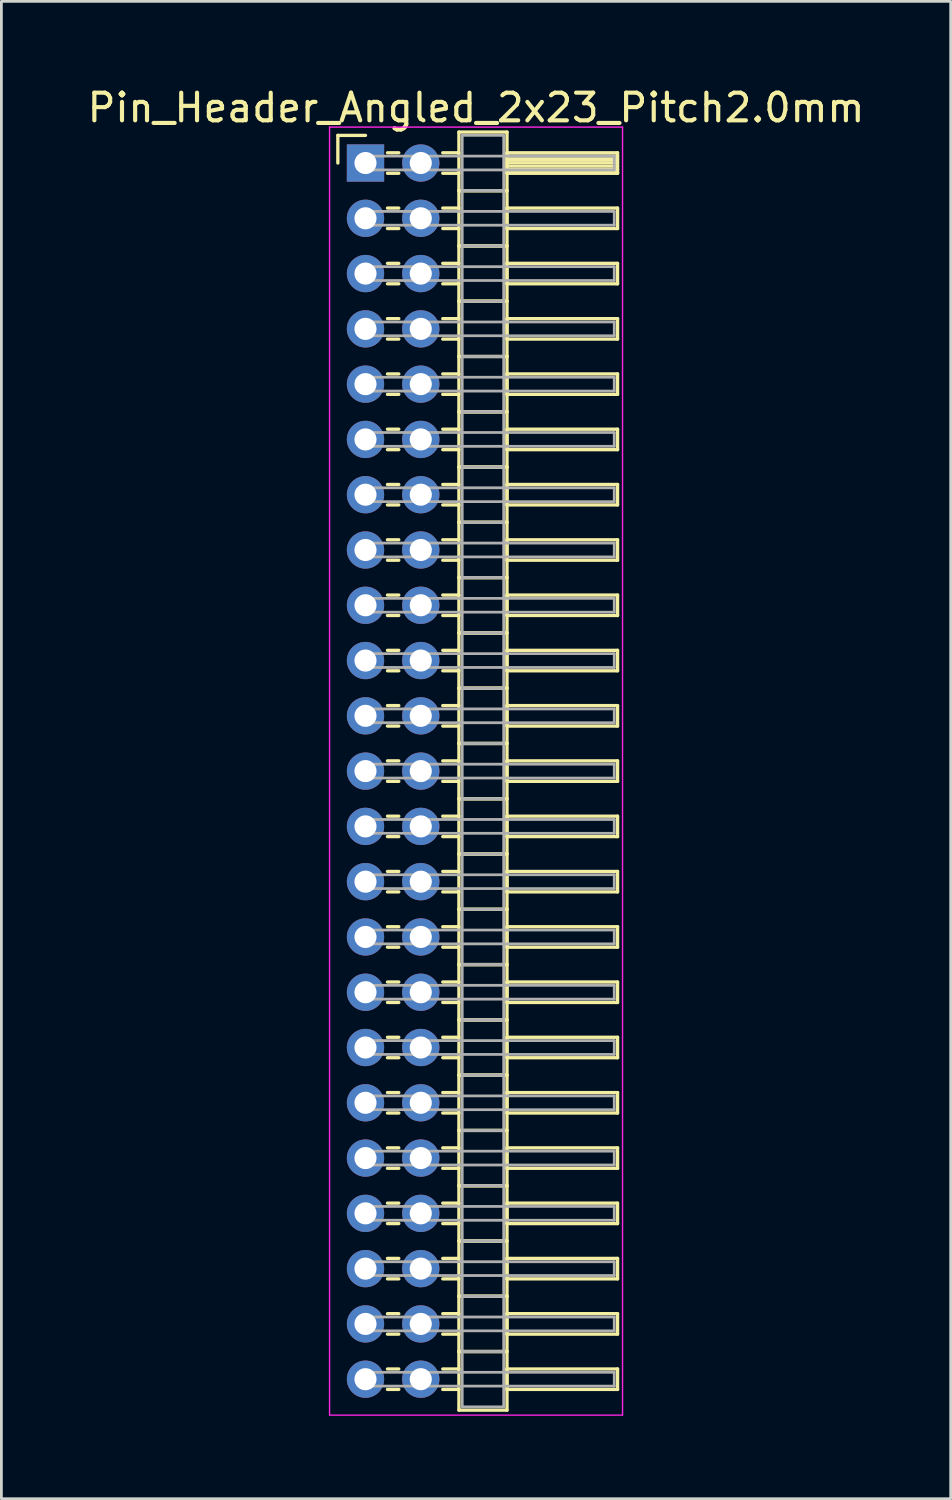
<source format=kicad_pcb>
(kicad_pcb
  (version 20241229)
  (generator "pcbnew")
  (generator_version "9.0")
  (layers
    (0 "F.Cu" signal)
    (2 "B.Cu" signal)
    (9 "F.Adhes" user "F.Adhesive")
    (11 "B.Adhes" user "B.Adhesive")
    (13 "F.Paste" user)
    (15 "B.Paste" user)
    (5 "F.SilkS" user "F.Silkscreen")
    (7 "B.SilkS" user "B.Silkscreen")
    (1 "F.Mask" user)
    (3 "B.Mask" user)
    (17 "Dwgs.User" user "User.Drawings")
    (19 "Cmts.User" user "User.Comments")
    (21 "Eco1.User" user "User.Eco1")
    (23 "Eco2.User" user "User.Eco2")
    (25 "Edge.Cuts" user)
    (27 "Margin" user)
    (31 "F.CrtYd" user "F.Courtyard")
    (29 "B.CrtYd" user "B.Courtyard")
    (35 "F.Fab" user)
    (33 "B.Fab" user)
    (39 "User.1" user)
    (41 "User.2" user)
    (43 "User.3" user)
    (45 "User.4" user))
  (footprint "Pin_Header_Angled_2x23_Pitch2.0mm"
    (layer "F.Cu")
    (at 10.173 2.848)
    (property "Reference" "Pin_Header_Angled_2x23_Pitch2.0mm" (at 4 -2 0) (layer "F.SilkS") (effects (font (size 1 1) (thickness 0.15))))
    (attr through_hole)
    (fp_line (start -1 -1) (end 0 -1) (stroke (width 0.12) (type solid)) (layer "F.SilkS"))
    (fp_line (start -1 0) (end -1 -1) (stroke (width 0.12) (type solid)) (layer "F.SilkS"))
    (fp_line (start 0.795 -0.37) (end 1.205 -0.37) (stroke (width 0.12) (type solid)) (layer "F.SilkS"))
    (fp_line (start 0.795 0.37) (end 1.205 0.37) (stroke (width 0.12) (type solid)) (layer "F.SilkS"))
    (fp_line (start 0.795 1.63) (end 1.205 1.63) (stroke (width 0.12) (type solid)) (layer "F.SilkS"))
    (fp_line (start 0.795 2.37) (end 1.205 2.37) (stroke (width 0.12) (type solid)) (layer "F.SilkS"))
    (fp_line (start 0.795 3.63) (end 1.205 3.63) (stroke (width 0.12) (type solid)) (layer "F.SilkS"))
    (fp_line (start 0.795 4.37) (end 1.205 4.37) (stroke (width 0.12) (type solid)) (layer "F.SilkS"))
    (fp_line (start 0.795 5.63) (end 1.205 5.63) (stroke (width 0.12) (type solid)) (layer "F.SilkS"))
    (fp_line (start 0.795 6.37) (end 1.205 6.37) (stroke (width 0.12) (type solid)) (layer "F.SilkS"))
    (fp_line (start 0.795 7.63) (end 1.205 7.63) (stroke (width 0.12) (type solid)) (layer "F.SilkS"))
    (fp_line (start 0.795 8.37) (end 1.205 8.37) (stroke (width 0.12) (type solid)) (layer "F.SilkS"))
    (fp_line (start 0.795 9.63) (end 1.205 9.63) (stroke (width 0.12) (type solid)) (layer "F.SilkS"))
    (fp_line (start 0.795 10.37) (end 1.205 10.37) (stroke (width 0.12) (type solid)) (layer "F.SilkS"))
    (fp_line (start 0.795 11.63) (end 1.205 11.63) (stroke (width 0.12) (type solid)) (layer "F.SilkS"))
    (fp_line (start 0.795 12.37) (end 1.205 12.37) (stroke (width 0.12) (type solid)) (layer "F.SilkS"))
    (fp_line (start 0.795 13.63) (end 1.205 13.63) (stroke (width 0.12) (type solid)) (layer "F.SilkS"))
    (fp_line (start 0.795 14.37) (end 1.205 14.37) (stroke (width 0.12) (type solid)) (layer "F.SilkS"))
    (fp_line (start 0.795 15.63) (end 1.205 15.63) (stroke (width 0.12) (type solid)) (layer "F.SilkS"))
    (fp_line (start 0.795 16.37) (end 1.205 16.37) (stroke (width 0.12) (type solid)) (layer "F.SilkS"))
    (fp_line (start 0.795 17.63) (end 1.205 17.63) (stroke (width 0.12) (type solid)) (layer "F.SilkS"))
    (fp_line (start 0.795 18.37) (end 1.205 18.37) (stroke (width 0.12) (type solid)) (layer "F.SilkS"))
    (fp_line (start 0.795 19.63) (end 1.205 19.63) (stroke (width 0.12) (type solid)) (layer "F.SilkS"))
    (fp_line (start 0.795 20.37) (end 1.205 20.37) (stroke (width 0.12) (type solid)) (layer "F.SilkS"))
    (fp_line (start 0.795 21.63) (end 1.205 21.63) (stroke (width 0.12) (type solid)) (layer "F.SilkS"))
    (fp_line (start 0.795 22.37) (end 1.205 22.37) (stroke (width 0.12) (type solid)) (layer "F.SilkS"))
    (fp_line (start 0.795 23.63) (end 1.205 23.63) (stroke (width 0.12) (type solid)) (layer "F.SilkS"))
    (fp_line (start 0.795 24.37) (end 1.205 24.37) (stroke (width 0.12) (type solid)) (layer "F.SilkS"))
    (fp_line (start 0.795 25.63) (end 1.205 25.63) (stroke (width 0.12) (type solid)) (layer "F.SilkS"))
    (fp_line (start 0.795 26.37) (end 1.205 26.37) (stroke (width 0.12) (type solid)) (layer "F.SilkS"))
    (fp_line (start 0.795 27.63) (end 1.205 27.63) (stroke (width 0.12) (type solid)) (layer "F.SilkS"))
    (fp_line (start 0.795 28.37) (end 1.205 28.37) (stroke (width 0.12) (type solid)) (layer "F.SilkS"))
    (fp_line (start 0.795 29.63) (end 1.205 29.63) (stroke (width 0.12) (type solid)) (layer "F.SilkS"))
    (fp_line (start 0.795 30.37) (end 1.205 30.37) (stroke (width 0.12) (type solid)) (layer "F.SilkS"))
    (fp_line (start 0.795 31.63) (end 1.205 31.63) (stroke (width 0.12) (type solid)) (layer "F.SilkS"))
    (fp_line (start 0.795 32.37) (end 1.205 32.37) (stroke (width 0.12) (type solid)) (layer "F.SilkS"))
    (fp_line (start 0.795 33.63) (end 1.205 33.63) (stroke (width 0.12) (type solid)) (layer "F.SilkS"))
    (fp_line (start 0.795 34.37) (end 1.205 34.37) (stroke (width 0.12) (type solid)) (layer "F.SilkS"))
    (fp_line (start 0.795 35.63) (end 1.205 35.63) (stroke (width 0.12) (type solid)) (layer "F.SilkS"))
    (fp_line (start 0.795 36.37) (end 1.205 36.37) (stroke (width 0.12) (type solid)) (layer "F.SilkS"))
    (fp_line (start 0.795 37.63) (end 1.205 37.63) (stroke (width 0.12) (type solid)) (layer "F.SilkS"))
    (fp_line (start 0.795 38.37) (end 1.205 38.37) (stroke (width 0.12) (type solid)) (layer "F.SilkS"))
    (fp_line (start 0.795 39.63) (end 1.205 39.63) (stroke (width 0.12) (type solid)) (layer "F.SilkS"))
    (fp_line (start 0.795 40.37) (end 1.205 40.37) (stroke (width 0.12) (type solid)) (layer "F.SilkS"))
    (fp_line (start 0.795 41.63) (end 1.205 41.63) (stroke (width 0.12) (type solid)) (layer "F.SilkS"))
    (fp_line (start 0.795 42.37) (end 1.205 42.37) (stroke (width 0.12) (type solid)) (layer "F.SilkS"))
    (fp_line (start 0.795 43.63) (end 1.205 43.63) (stroke (width 0.12) (type solid)) (layer "F.SilkS"))
    (fp_line (start 0.795 44.37) (end 1.205 44.37) (stroke (width 0.12) (type solid)) (layer "F.SilkS"))
    (fp_line (start 2.795 -0.37) (end 3.38 -0.37) (stroke (width 0.12) (type solid)) (layer "F.SilkS"))
    (fp_line (start 2.795 0.37) (end 3.38 0.37) (stroke (width 0.12) (type solid)) (layer "F.SilkS"))
    (fp_line (start 2.795 1.63) (end 3.38 1.63) (stroke (width 0.12) (type solid)) (layer "F.SilkS"))
    (fp_line (start 2.795 2.37) (end 3.38 2.37) (stroke (width 0.12) (type solid)) (layer "F.SilkS"))
    (fp_line (start 2.795 3.63) (end 3.38 3.63) (stroke (width 0.12) (type solid)) (layer "F.SilkS"))
    (fp_line (start 2.795 4.37) (end 3.38 4.37) (stroke (width 0.12) (type solid)) (layer "F.SilkS"))
    (fp_line (start 2.795 5.63) (end 3.38 5.63) (stroke (width 0.12) (type solid)) (layer "F.SilkS"))
    (fp_line (start 2.795 6.37) (end 3.38 6.37) (stroke (width 0.12) (type solid)) (layer "F.SilkS"))
    (fp_line (start 2.795 7.63) (end 3.38 7.63) (stroke (width 0.12) (type solid)) (layer "F.SilkS"))
    (fp_line (start 2.795 8.37) (end 3.38 8.37) (stroke (width 0.12) (type solid)) (layer "F.SilkS"))
    (fp_line (start 2.795 9.63) (end 3.38 9.63) (stroke (width 0.12) (type solid)) (layer "F.SilkS"))
    (fp_line (start 2.795 10.37) (end 3.38 10.37) (stroke (width 0.12) (type solid)) (layer "F.SilkS"))
    (fp_line (start 2.795 11.63) (end 3.38 11.63) (stroke (width 0.12) (type solid)) (layer "F.SilkS"))
    (fp_line (start 2.795 12.37) (end 3.38 12.37) (stroke (width 0.12) (type solid)) (layer "F.SilkS"))
    (fp_line (start 2.795 13.63) (end 3.38 13.63) (stroke (width 0.12) (type solid)) (layer "F.SilkS"))
    (fp_line (start 2.795 14.37) (end 3.38 14.37) (stroke (width 0.12) (type solid)) (layer "F.SilkS"))
    (fp_line (start 2.795 15.63) (end 3.38 15.63) (stroke (width 0.12) (type solid)) (layer "F.SilkS"))
    (fp_line (start 2.795 16.37) (end 3.38 16.37) (stroke (width 0.12) (type solid)) (layer "F.SilkS"))
    (fp_line (start 2.795 17.63) (end 3.38 17.63) (stroke (width 0.12) (type solid)) (layer "F.SilkS"))
    (fp_line (start 2.795 18.37) (end 3.38 18.37) (stroke (width 0.12) (type solid)) (layer "F.SilkS"))
    (fp_line (start 2.795 19.63) (end 3.38 19.63) (stroke (width 0.12) (type solid)) (layer "F.SilkS"))
    (fp_line (start 2.795 20.37) (end 3.38 20.37) (stroke (width 0.12) (type solid)) (layer "F.SilkS"))
    (fp_line (start 2.795 21.63) (end 3.38 21.63) (stroke (width 0.12) (type solid)) (layer "F.SilkS"))
    (fp_line (start 2.795 22.37) (end 3.38 22.37) (stroke (width 0.12) (type solid)) (layer "F.SilkS"))
    (fp_line (start 2.795 23.63) (end 3.38 23.63) (stroke (width 0.12) (type solid)) (layer "F.SilkS"))
    (fp_line (start 2.795 24.37) (end 3.38 24.37) (stroke (width 0.12) (type solid)) (layer "F.SilkS"))
    (fp_line (start 2.795 25.63) (end 3.38 25.63) (stroke (width 0.12) (type solid)) (layer "F.SilkS"))
    (fp_line (start 2.795 26.37) (end 3.38 26.37) (stroke (width 0.12) (type solid)) (layer "F.SilkS"))
    (fp_line (start 2.795 27.63) (end 3.38 27.63) (stroke (width 0.12) (type solid)) (layer "F.SilkS"))
    (fp_line (start 2.795 28.37) (end 3.38 28.37) (stroke (width 0.12) (type solid)) (layer "F.SilkS"))
    (fp_line (start 2.795 29.63) (end 3.38 29.63) (stroke (width 0.12) (type solid)) (layer "F.SilkS"))
    (fp_line (start 2.795 30.37) (end 3.38 30.37) (stroke (width 0.12) (type solid)) (layer "F.SilkS"))
    (fp_line (start 2.795 31.63) (end 3.38 31.63) (stroke (width 0.12) (type solid)) (layer "F.SilkS"))
    (fp_line (start 2.795 32.37) (end 3.38 32.37) (stroke (width 0.12) (type solid)) (layer "F.SilkS"))
    (fp_line (start 2.795 33.63) (end 3.38 33.63) (stroke (width 0.12) (type solid)) (layer "F.SilkS"))
    (fp_line (start 2.795 34.37) (end 3.38 34.37) (stroke (width 0.12) (type solid)) (layer "F.SilkS"))
    (fp_line (start 2.795 35.63) (end 3.38 35.63) (stroke (width 0.12) (type solid)) (layer "F.SilkS"))
    (fp_line (start 2.795 36.37) (end 3.38 36.37) (stroke (width 0.12) (type solid)) (layer "F.SilkS"))
    (fp_line (start 2.795 37.63) (end 3.38 37.63) (stroke (width 0.12) (type solid)) (layer "F.SilkS"))
    (fp_line (start 2.795 38.37) (end 3.38 38.37) (stroke (width 0.12) (type solid)) (layer "F.SilkS"))
    (fp_line (start 2.795 39.63) (end 3.38 39.63) (stroke (width 0.12) (type solid)) (layer "F.SilkS"))
    (fp_line (start 2.795 40.37) (end 3.38 40.37) (stroke (width 0.12) (type solid)) (layer "F.SilkS"))
    (fp_line (start 2.795 41.63) (end 3.38 41.63) (stroke (width 0.12) (type solid)) (layer "F.SilkS"))
    (fp_line (start 2.795 42.37) (end 3.38 42.37) (stroke (width 0.12) (type solid)) (layer "F.SilkS"))
    (fp_line (start 2.795 43.63) (end 3.38 43.63) (stroke (width 0.12) (type solid)) (layer "F.SilkS"))
    (fp_line (start 2.795 44.37) (end 3.38 44.37) (stroke (width 0.12) (type solid)) (layer "F.SilkS"))
    (fp_line (start 3.38 -1.12) (end 3.38 1) (stroke (width 0.12) (type solid)) (layer "F.SilkS"))
    (fp_line (start 3.38 1) (end 3.38 3) (stroke (width 0.12) (type solid)) (layer "F.SilkS"))
    (fp_line (start 3.38 1) (end 5.12 1) (stroke (width 0.12) (type solid)) (layer "F.SilkS"))
    (fp_line (start 3.38 3) (end 3.38 5) (stroke (width 0.12) (type solid)) (layer "F.SilkS"))
    (fp_line (start 3.38 3) (end 5.12 3) (stroke (width 0.12) (type solid)) (layer "F.SilkS"))
    (fp_line (start 3.38 5) (end 3.38 7) (stroke (width 0.12) (type solid)) (layer "F.SilkS"))
    (fp_line (start 3.38 5) (end 5.12 5) (stroke (width 0.12) (type solid)) (layer "F.SilkS"))
    (fp_line (start 3.38 7) (end 3.38 9) (stroke (width 0.12) (type solid)) (layer "F.SilkS"))
    (fp_line (start 3.38 7) (end 5.12 7) (stroke (width 0.12) (type solid)) (layer "F.SilkS"))
    (fp_line (start 3.38 9) (end 3.38 11) (stroke (width 0.12) (type solid)) (layer "F.SilkS"))
    (fp_line (start 3.38 9) (end 5.12 9) (stroke (width 0.12) (type solid)) (layer "F.SilkS"))
    (fp_line (start 3.38 11) (end 3.38 13) (stroke (width 0.12) (type solid)) (layer "F.SilkS"))
    (fp_line (start 3.38 11) (end 5.12 11) (stroke (width 0.12) (type solid)) (layer "F.SilkS"))
    (fp_line (start 3.38 13) (end 3.38 15) (stroke (width 0.12) (type solid)) (layer "F.SilkS"))
    (fp_line (start 3.38 13) (end 5.12 13) (stroke (width 0.12) (type solid)) (layer "F.SilkS"))
    (fp_line (start 3.38 15) (end 3.38 17) (stroke (width 0.12) (type solid)) (layer "F.SilkS"))
    (fp_line (start 3.38 15) (end 5.12 15) (stroke (width 0.12) (type solid)) (layer "F.SilkS"))
    (fp_line (start 3.38 17) (end 3.38 19) (stroke (width 0.12) (type solid)) (layer "F.SilkS"))
    (fp_line (start 3.38 17) (end 5.12 17) (stroke (width 0.12) (type solid)) (layer "F.SilkS"))
    (fp_line (start 3.38 19) (end 3.38 21) (stroke (width 0.12) (type solid)) (layer "F.SilkS"))
    (fp_line (start 3.38 19) (end 5.12 19) (stroke (width 0.12) (type solid)) (layer "F.SilkS"))
    (fp_line (start 3.38 21) (end 3.38 23) (stroke (width 0.12) (type solid)) (layer "F.SilkS"))
    (fp_line (start 3.38 21) (end 5.12 21) (stroke (width 0.12) (type solid)) (layer "F.SilkS"))
    (fp_line (start 3.38 23) (end 3.38 25) (stroke (width 0.12) (type solid)) (layer "F.SilkS"))
    (fp_line (start 3.38 23) (end 5.12 23) (stroke (width 0.12) (type solid)) (layer "F.SilkS"))
    (fp_line (start 3.38 25) (end 3.38 27) (stroke (width 0.12) (type solid)) (layer "F.SilkS"))
    (fp_line (start 3.38 25) (end 5.12 25) (stroke (width 0.12) (type solid)) (layer "F.SilkS"))
    (fp_line (start 3.38 27) (end 3.38 29) (stroke (width 0.12) (type solid)) (layer "F.SilkS"))
    (fp_line (start 3.38 27) (end 5.12 27) (stroke (width 0.12) (type solid)) (layer "F.SilkS"))
    (fp_line (start 3.38 29) (end 3.38 31) (stroke (width 0.12) (type solid)) (layer "F.SilkS"))
    (fp_line (start 3.38 29) (end 5.12 29) (stroke (width 0.12) (type solid)) (layer "F.SilkS"))
    (fp_line (start 3.38 31) (end 3.38 33) (stroke (width 0.12) (type solid)) (layer "F.SilkS"))
    (fp_line (start 3.38 31) (end 5.12 31) (stroke (width 0.12) (type solid)) (layer "F.SilkS"))
    (fp_line (start 3.38 33) (end 3.38 35) (stroke (width 0.12) (type solid)) (layer "F.SilkS"))
    (fp_line (start 3.38 33) (end 5.12 33) (stroke (width 0.12) (type solid)) (layer "F.SilkS"))
    (fp_line (start 3.38 35) (end 3.38 37) (stroke (width 0.12) (type solid)) (layer "F.SilkS"))
    (fp_line (start 3.38 35) (end 5.12 35) (stroke (width 0.12) (type solid)) (layer "F.SilkS"))
    (fp_line (start 3.38 37) (end 3.38 39) (stroke (width 0.12) (type solid)) (layer "F.SilkS"))
    (fp_line (start 3.38 37) (end 5.12 37) (stroke (width 0.12) (type solid)) (layer "F.SilkS"))
    (fp_line (start 3.38 39) (end 3.38 41) (stroke (width 0.12) (type solid)) (layer "F.SilkS"))
    (fp_line (start 3.38 39) (end 5.12 39) (stroke (width 0.12) (type solid)) (layer "F.SilkS"))
    (fp_line (start 3.38 41) (end 3.38 43) (stroke (width 0.12) (type solid)) (layer "F.SilkS"))
    (fp_line (start 3.38 41) (end 5.12 41) (stroke (width 0.12) (type solid)) (layer "F.SilkS"))
    (fp_line (start 3.38 43) (end 3.38 45.12) (stroke (width 0.12) (type solid)) (layer "F.SilkS"))
    (fp_line (start 3.38 43) (end 5.12 43) (stroke (width 0.12) (type solid)) (layer "F.SilkS"))
    (fp_line (start 3.38 45.12) (end 5.12 45.12) (stroke (width 0.12) (type solid)) (layer "F.SilkS"))
    (fp_line (start 5.12 -1.12) (end 3.38 -1.12) (stroke (width 0.12) (type solid)) (layer "F.SilkS"))
    (fp_line (start 5.12 -0.37) (end 5.12 0.37) (stroke (width 0.12) (type solid)) (layer "F.SilkS"))
    (fp_line (start 5.12 -0.25) (end 9.12 -0.25) (stroke (width 0.12) (type solid)) (layer "F.SilkS"))
    (fp_line (start 5.12 -0.13) (end 9.12 -0.13) (stroke (width 0.12) (type solid)) (layer "F.SilkS"))
    (fp_line (start 5.12 -0.01) (end 9.12 -0.01) (stroke (width 0.12) (type solid)) (layer "F.SilkS"))
    (fp_line (start 5.12 0.11) (end 9.12 0.11) (stroke (width 0.12) (type solid)) (layer "F.SilkS"))
    (fp_line (start 5.12 0.23) (end 9.12 0.23) (stroke (width 0.12) (type solid)) (layer "F.SilkS"))
    (fp_line (start 5.12 0.35) (end 9.12 0.35) (stroke (width 0.12) (type solid)) (layer "F.SilkS"))
    (fp_line (start 5.12 0.37) (end 9.12 0.37) (stroke (width 0.12) (type solid)) (layer "F.SilkS"))
    (fp_line (start 5.12 1) (end 3.38 1) (stroke (width 0.12) (type solid)) (layer "F.SilkS"))
    (fp_line (start 5.12 1) (end 5.12 -1.12) (stroke (width 0.12) (type solid)) (layer "F.SilkS"))
    (fp_line (start 5.12 1.63) (end 5.12 2.37) (stroke (width 0.12) (type solid)) (layer "F.SilkS"))
    (fp_line (start 5.12 2.37) (end 9.12 2.37) (stroke (width 0.12) (type solid)) (layer "F.SilkS"))
    (fp_line (start 5.12 3) (end 3.38 3) (stroke (width 0.12) (type solid)) (layer "F.SilkS"))
    (fp_line (start 5.12 3) (end 5.12 1) (stroke (width 0.12) (type solid)) (layer "F.SilkS"))
    (fp_line (start 5.12 3.63) (end 5.12 4.37) (stroke (width 0.12) (type solid)) (layer "F.SilkS"))
    (fp_line (start 5.12 4.37) (end 9.12 4.37) (stroke (width 0.12) (type solid)) (layer "F.SilkS"))
    (fp_line (start 5.12 5) (end 3.38 5) (stroke (width 0.12) (type solid)) (layer "F.SilkS"))
    (fp_line (start 5.12 5) (end 5.12 3) (stroke (width 0.12) (type solid)) (layer "F.SilkS"))
    (fp_line (start 5.12 5.63) (end 5.12 6.37) (stroke (width 0.12) (type solid)) (layer "F.SilkS"))
    (fp_line (start 5.12 6.37) (end 9.12 6.37) (stroke (width 0.12) (type solid)) (layer "F.SilkS"))
    (fp_line (start 5.12 7) (end 3.38 7) (stroke (width 0.12) (type solid)) (layer "F.SilkS"))
    (fp_line (start 5.12 7) (end 5.12 5) (stroke (width 0.12) (type solid)) (layer "F.SilkS"))
    (fp_line (start 5.12 7.63) (end 5.12 8.37) (stroke (width 0.12) (type solid)) (layer "F.SilkS"))
    (fp_line (start 5.12 8.37) (end 9.12 8.37) (stroke (width 0.12) (type solid)) (layer "F.SilkS"))
    (fp_line (start 5.12 9) (end 3.38 9) (stroke (width 0.12) (type solid)) (layer "F.SilkS"))
    (fp_line (start 5.12 9) (end 5.12 7) (stroke (width 0.12) (type solid)) (layer "F.SilkS"))
    (fp_line (start 5.12 9.63) (end 5.12 10.37) (stroke (width 0.12) (type solid)) (layer "F.SilkS"))
    (fp_line (start 5.12 10.37) (end 9.12 10.37) (stroke (width 0.12) (type solid)) (layer "F.SilkS"))
    (fp_line (start 5.12 11) (end 3.38 11) (stroke (width 0.12) (type solid)) (layer "F.SilkS"))
    (fp_line (start 5.12 11) (end 5.12 9) (stroke (width 0.12) (type solid)) (layer "F.SilkS"))
    (fp_line (start 5.12 11.63) (end 5.12 12.37) (stroke (width 0.12) (type solid)) (layer "F.SilkS"))
    (fp_line (start 5.12 12.37) (end 9.12 12.37) (stroke (width 0.12) (type solid)) (layer "F.SilkS"))
    (fp_line (start 5.12 13) (end 3.38 13) (stroke (width 0.12) (type solid)) (layer "F.SilkS"))
    (fp_line (start 5.12 13) (end 5.12 11) (stroke (width 0.12) (type solid)) (layer "F.SilkS"))
    (fp_line (start 5.12 13.63) (end 5.12 14.37) (stroke (width 0.12) (type solid)) (layer "F.SilkS"))
    (fp_line (start 5.12 14.37) (end 9.12 14.37) (stroke (width 0.12) (type solid)) (layer "F.SilkS"))
    (fp_line (start 5.12 15) (end 3.38 15) (stroke (width 0.12) (type solid)) (layer "F.SilkS"))
    (fp_line (start 5.12 15) (end 5.12 13) (stroke (width 0.12) (type solid)) (layer "F.SilkS"))
    (fp_line (start 5.12 15.63) (end 5.12 16.37) (stroke (width 0.12) (type solid)) (layer "F.SilkS"))
    (fp_line (start 5.12 16.37) (end 9.12 16.37) (stroke (width 0.12) (type solid)) (layer "F.SilkS"))
    (fp_line (start 5.12 17) (end 3.38 17) (stroke (width 0.12) (type solid)) (layer "F.SilkS"))
    (fp_line (start 5.12 17) (end 5.12 15) (stroke (width 0.12) (type solid)) (layer "F.SilkS"))
    (fp_line (start 5.12 17.63) (end 5.12 18.37) (stroke (width 0.12) (type solid)) (layer "F.SilkS"))
    (fp_line (start 5.12 18.37) (end 9.12 18.37) (stroke (width 0.12) (type solid)) (layer "F.SilkS"))
    (fp_line (start 5.12 19) (end 3.38 19) (stroke (width 0.12) (type solid)) (layer "F.SilkS"))
    (fp_line (start 5.12 19) (end 5.12 17) (stroke (width 0.12) (type solid)) (layer "F.SilkS"))
    (fp_line (start 5.12 19.63) (end 5.12 20.37) (stroke (width 0.12) (type solid)) (layer "F.SilkS"))
    (fp_line (start 5.12 20.37) (end 9.12 20.37) (stroke (width 0.12) (type solid)) (layer "F.SilkS"))
    (fp_line (start 5.12 21) (end 3.38 21) (stroke (width 0.12) (type solid)) (layer "F.SilkS"))
    (fp_line (start 5.12 21) (end 5.12 19) (stroke (width 0.12) (type solid)) (layer "F.SilkS"))
    (fp_line (start 5.12 21.63) (end 5.12 22.37) (stroke (width 0.12) (type solid)) (layer "F.SilkS"))
    (fp_line (start 5.12 22.37) (end 9.12 22.37) (stroke (width 0.12) (type solid)) (layer "F.SilkS"))
    (fp_line (start 5.12 23) (end 3.38 23) (stroke (width 0.12) (type solid)) (layer "F.SilkS"))
    (fp_line (start 5.12 23) (end 5.12 21) (stroke (width 0.12) (type solid)) (layer "F.SilkS"))
    (fp_line (start 5.12 23.63) (end 5.12 24.37) (stroke (width 0.12) (type solid)) (layer "F.SilkS"))
    (fp_line (start 5.12 24.37) (end 9.12 24.37) (stroke (width 0.12) (type solid)) (layer "F.SilkS"))
    (fp_line (start 5.12 25) (end 3.38 25) (stroke (width 0.12) (type solid)) (layer "F.SilkS"))
    (fp_line (start 5.12 25) (end 5.12 23) (stroke (width 0.12) (type solid)) (layer "F.SilkS"))
    (fp_line (start 5.12 25.63) (end 5.12 26.37) (stroke (width 0.12) (type solid)) (layer "F.SilkS"))
    (fp_line (start 5.12 26.37) (end 9.12 26.37) (stroke (width 0.12) (type solid)) (layer "F.SilkS"))
    (fp_line (start 5.12 27) (end 3.38 27) (stroke (width 0.12) (type solid)) (layer "F.SilkS"))
    (fp_line (start 5.12 27) (end 5.12 25) (stroke (width 0.12) (type solid)) (layer "F.SilkS"))
    (fp_line (start 5.12 27.63) (end 5.12 28.37) (stroke (width 0.12) (type solid)) (layer "F.SilkS"))
    (fp_line (start 5.12 28.37) (end 9.12 28.37) (stroke (width 0.12) (type solid)) (layer "F.SilkS"))
    (fp_line (start 5.12 29) (end 3.38 29) (stroke (width 0.12) (type solid)) (layer "F.SilkS"))
    (fp_line (start 5.12 29) (end 5.12 27) (stroke (width 0.12) (type solid)) (layer "F.SilkS"))
    (fp_line (start 5.12 29.63) (end 5.12 30.37) (stroke (width 0.12) (type solid)) (layer "F.SilkS"))
    (fp_line (start 5.12 30.37) (end 9.12 30.37) (stroke (width 0.12) (type solid)) (layer "F.SilkS"))
    (fp_line (start 5.12 31) (end 3.38 31) (stroke (width 0.12) (type solid)) (layer "F.SilkS"))
    (fp_line (start 5.12 31) (end 5.12 29) (stroke (width 0.12) (type solid)) (layer "F.SilkS"))
    (fp_line (start 5.12 31.63) (end 5.12 32.37) (stroke (width 0.12) (type solid)) (layer "F.SilkS"))
    (fp_line (start 5.12 32.37) (end 9.12 32.37) (stroke (width 0.12) (type solid)) (layer "F.SilkS"))
    (fp_line (start 5.12 33) (end 3.38 33) (stroke (width 0.12) (type solid)) (layer "F.SilkS"))
    (fp_line (start 5.12 33) (end 5.12 31) (stroke (width 0.12) (type solid)) (layer "F.SilkS"))
    (fp_line (start 5.12 33.63) (end 5.12 34.37) (stroke (width 0.12) (type solid)) (layer "F.SilkS"))
    (fp_line (start 5.12 34.37) (end 9.12 34.37) (stroke (width 0.12) (type solid)) (layer "F.SilkS"))
    (fp_line (start 5.12 35) (end 3.38 35) (stroke (width 0.12) (type solid)) (layer "F.SilkS"))
    (fp_line (start 5.12 35) (end 5.12 33) (stroke (width 0.12) (type solid)) (layer "F.SilkS"))
    (fp_line (start 5.12 35.63) (end 5.12 36.37) (stroke (width 0.12) (type solid)) (layer "F.SilkS"))
    (fp_line (start 5.12 36.37) (end 9.12 36.37) (stroke (width 0.12) (type solid)) (layer "F.SilkS"))
    (fp_line (start 5.12 37) (end 3.38 37) (stroke (width 0.12) (type solid)) (layer "F.SilkS"))
    (fp_line (start 5.12 37) (end 5.12 35) (stroke (width 0.12) (type solid)) (layer "F.SilkS"))
    (fp_line (start 5.12 37.63) (end 5.12 38.37) (stroke (width 0.12) (type solid)) (layer "F.SilkS"))
    (fp_line (start 5.12 38.37) (end 9.12 38.37) (stroke (width 0.12) (type solid)) (layer "F.SilkS"))
    (fp_line (start 5.12 39) (end 3.38 39) (stroke (width 0.12) (type solid)) (layer "F.SilkS"))
    (fp_line (start 5.12 39) (end 5.12 37) (stroke (width 0.12) (type solid)) (layer "F.SilkS"))
    (fp_line (start 5.12 39.63) (end 5.12 40.37) (stroke (width 0.12) (type solid)) (layer "F.SilkS"))
    (fp_line (start 5.12 40.37) (end 9.12 40.37) (stroke (width 0.12) (type solid)) (layer "F.SilkS"))
    (fp_line (start 5.12 41) (end 3.38 41) (stroke (width 0.12) (type solid)) (layer "F.SilkS"))
    (fp_line (start 5.12 41) (end 5.12 39) (stroke (width 0.12) (type solid)) (layer "F.SilkS"))
    (fp_line (start 5.12 41.63) (end 5.12 42.37) (stroke (width 0.12) (type solid)) (layer "F.SilkS"))
    (fp_line (start 5.12 42.37) (end 9.12 42.37) (stroke (width 0.12) (type solid)) (layer "F.SilkS"))
    (fp_line (start 5.12 43) (end 3.38 43) (stroke (width 0.12) (type solid)) (layer "F.SilkS"))
    (fp_line (start 5.12 43) (end 5.12 41) (stroke (width 0.12) (type solid)) (layer "F.SilkS"))
    (fp_line (start 5.12 43.63) (end 5.12 44.37) (stroke (width 0.12) (type solid)) (layer "F.SilkS"))
    (fp_line (start 5.12 44.37) (end 9.12 44.37) (stroke (width 0.12) (type solid)) (layer "F.SilkS"))
    (fp_line (start 5.12 45.12) (end 5.12 43) (stroke (width 0.12) (type solid)) (layer "F.SilkS"))
    (fp_line (start 9.12 -0.37) (end 5.12 -0.37) (stroke (width 0.12) (type solid)) (layer "F.SilkS"))
    (fp_line (start 9.12 0.37) (end 9.12 -0.37) (stroke (width 0.12) (type solid)) (layer "F.SilkS"))
    (fp_line (start 9.12 1.63) (end 5.12 1.63) (stroke (width 0.12) (type solid)) (layer "F.SilkS"))
    (fp_line (start 9.12 2.37) (end 9.12 1.63) (stroke (width 0.12) (type solid)) (layer "F.SilkS"))
    (fp_line (start 9.12 3.63) (end 5.12 3.63) (stroke (width 0.12) (type solid)) (layer "F.SilkS"))
    (fp_line (start 9.12 4.37) (end 9.12 3.63) (stroke (width 0.12) (type solid)) (layer "F.SilkS"))
    (fp_line (start 9.12 5.63) (end 5.12 5.63) (stroke (width 0.12) (type solid)) (layer "F.SilkS"))
    (fp_line (start 9.12 6.37) (end 9.12 5.63) (stroke (width 0.12) (type solid)) (layer "F.SilkS"))
    (fp_line (start 9.12 7.63) (end 5.12 7.63) (stroke (width 0.12) (type solid)) (layer "F.SilkS"))
    (fp_line (start 9.12 8.37) (end 9.12 7.63) (stroke (width 0.12) (type solid)) (layer "F.SilkS"))
    (fp_line (start 9.12 9.63) (end 5.12 9.63) (stroke (width 0.12) (type solid)) (layer "F.SilkS"))
    (fp_line (start 9.12 10.37) (end 9.12 9.63) (stroke (width 0.12) (type solid)) (layer "F.SilkS"))
    (fp_line (start 9.12 11.63) (end 5.12 11.63) (stroke (width 0.12) (type solid)) (layer "F.SilkS"))
    (fp_line (start 9.12 12.37) (end 9.12 11.63) (stroke (width 0.12) (type solid)) (layer "F.SilkS"))
    (fp_line (start 9.12 13.63) (end 5.12 13.63) (stroke (width 0.12) (type solid)) (layer "F.SilkS"))
    (fp_line (start 9.12 14.37) (end 9.12 13.63) (stroke (width 0.12) (type solid)) (layer "F.SilkS"))
    (fp_line (start 9.12 15.63) (end 5.12 15.63) (stroke (width 0.12) (type solid)) (layer "F.SilkS"))
    (fp_line (start 9.12 16.37) (end 9.12 15.63) (stroke (width 0.12) (type solid)) (layer "F.SilkS"))
    (fp_line (start 9.12 17.63) (end 5.12 17.63) (stroke (width 0.12) (type solid)) (layer "F.SilkS"))
    (fp_line (start 9.12 18.37) (end 9.12 17.63) (stroke (width 0.12) (type solid)) (layer "F.SilkS"))
    (fp_line (start 9.12 19.63) (end 5.12 19.63) (stroke (width 0.12) (type solid)) (layer "F.SilkS"))
    (fp_line (start 9.12 20.37) (end 9.12 19.63) (stroke (width 0.12) (type solid)) (layer "F.SilkS"))
    (fp_line (start 9.12 21.63) (end 5.12 21.63) (stroke (width 0.12) (type solid)) (layer "F.SilkS"))
    (fp_line (start 9.12 22.37) (end 9.12 21.63) (stroke (width 0.12) (type solid)) (layer "F.SilkS"))
    (fp_line (start 9.12 23.63) (end 5.12 23.63) (stroke (width 0.12) (type solid)) (layer "F.SilkS"))
    (fp_line (start 9.12 24.37) (end 9.12 23.63) (stroke (width 0.12) (type solid)) (layer "F.SilkS"))
    (fp_line (start 9.12 25.63) (end 5.12 25.63) (stroke (width 0.12) (type solid)) (layer "F.SilkS"))
    (fp_line (start 9.12 26.37) (end 9.12 25.63) (stroke (width 0.12) (type solid)) (layer "F.SilkS"))
    (fp_line (start 9.12 27.63) (end 5.12 27.63) (stroke (width 0.12) (type solid)) (layer "F.SilkS"))
    (fp_line (start 9.12 28.37) (end 9.12 27.63) (stroke (width 0.12) (type solid)) (layer "F.SilkS"))
    (fp_line (start 9.12 29.63) (end 5.12 29.63) (stroke (width 0.12) (type solid)) (layer "F.SilkS"))
    (fp_line (start 9.12 30.37) (end 9.12 29.63) (stroke (width 0.12) (type solid)) (layer "F.SilkS"))
    (fp_line (start 9.12 31.63) (end 5.12 31.63) (stroke (width 0.12) (type solid)) (layer "F.SilkS"))
    (fp_line (start 9.12 32.37) (end 9.12 31.63) (stroke (width 0.12) (type solid)) (layer "F.SilkS"))
    (fp_line (start 9.12 33.63) (end 5.12 33.63) (stroke (width 0.12) (type solid)) (layer "F.SilkS"))
    (fp_line (start 9.12 34.37) (end 9.12 33.63) (stroke (width 0.12) (type solid)) (layer "F.SilkS"))
    (fp_line (start 9.12 35.63) (end 5.12 35.63) (stroke (width 0.12) (type solid)) (layer "F.SilkS"))
    (fp_line (start 9.12 36.37) (end 9.12 35.63) (stroke (width 0.12) (type solid)) (layer "F.SilkS"))
    (fp_line (start 9.12 37.63) (end 5.12 37.63) (stroke (width 0.12) (type solid)) (layer "F.SilkS"))
    (fp_line (start 9.12 38.37) (end 9.12 37.63) (stroke (width 0.12) (type solid)) (layer "F.SilkS"))
    (fp_line (start 9.12 39.63) (end 5.12 39.63) (stroke (width 0.12) (type solid)) (layer "F.SilkS"))
    (fp_line (start 9.12 40.37) (end 9.12 39.63) (stroke (width 0.12) (type solid)) (layer "F.SilkS"))
    (fp_line (start 9.12 41.63) (end 5.12 41.63) (stroke (width 0.12) (type solid)) (layer "F.SilkS"))
    (fp_line (start 9.12 42.37) (end 9.12 41.63) (stroke (width 0.12) (type solid)) (layer "F.SilkS"))
    (fp_line (start 9.12 43.63) (end 5.12 43.63) (stroke (width 0.12) (type solid)) (layer "F.SilkS"))
    (fp_line (start 9.12 44.37) (end 9.12 43.63) (stroke (width 0.12) (type solid)) (layer "F.SilkS"))
    (fp_line (start -1.3 -1.3) (end -1.3 45.3) (stroke (width 0.05) (type solid)) (layer "F.CrtYd"))
    (fp_line (start -1.3 45.3) (end 9.3 45.3) (stroke (width 0.05) (type solid)) (layer "F.CrtYd"))
    (fp_line (start 9.3 -1.3) (end -1.3 -1.3) (stroke (width 0.05) (type solid)) (layer "F.CrtYd"))
    (fp_line (start 9.3 45.3) (end 9.3 -1.3) (stroke (width 0.05) (type solid)) (layer "F.CrtYd"))
    (fp_line (start 0 -0.25) (end 0 0.25) (stroke (width 0.1) (type solid)) (layer "F.Fab"))
    (fp_line (start 0 0.25) (end 9 0.25) (stroke (width 0.1) (type solid)) (layer "F.Fab"))
    (fp_line (start 0 1.75) (end 0 2.25) (stroke (width 0.1) (type solid)) (layer "F.Fab"))
    (fp_line (start 0 2.25) (end 9 2.25) (stroke (width 0.1) (type solid)) (layer "F.Fab"))
    (fp_line (start 0 3.75) (end 0 4.25) (stroke (width 0.1) (type solid)) (layer "F.Fab"))
    (fp_line (start 0 4.25) (end 9 4.25) (stroke (width 0.1) (type solid)) (layer "F.Fab"))
    (fp_line (start 0 5.75) (end 0 6.25) (stroke (width 0.1) (type solid)) (layer "F.Fab"))
    (fp_line (start 0 6.25) (end 9 6.25) (stroke (width 0.1) (type solid)) (layer "F.Fab"))
    (fp_line (start 0 7.75) (end 0 8.25) (stroke (width 0.1) (type solid)) (layer "F.Fab"))
    (fp_line (start 0 8.25) (end 9 8.25) (stroke (width 0.1) (type solid)) (layer "F.Fab"))
    (fp_line (start 0 9.75) (end 0 10.25) (stroke (width 0.1) (type solid)) (layer "F.Fab"))
    (fp_line (start 0 10.25) (end 9 10.25) (stroke (width 0.1) (type solid)) (layer "F.Fab"))
    (fp_line (start 0 11.75) (end 0 12.25) (stroke (width 0.1) (type solid)) (layer "F.Fab"))
    (fp_line (start 0 12.25) (end 9 12.25) (stroke (width 0.1) (type solid)) (layer "F.Fab"))
    (fp_line (start 0 13.75) (end 0 14.25) (stroke (width 0.1) (type solid)) (layer "F.Fab"))
    (fp_line (start 0 14.25) (end 9 14.25) (stroke (width 0.1) (type solid)) (layer "F.Fab"))
    (fp_line (start 0 15.75) (end 0 16.25) (stroke (width 0.1) (type solid)) (layer "F.Fab"))
    (fp_line (start 0 16.25) (end 9 16.25) (stroke (width 0.1) (type solid)) (layer "F.Fab"))
    (fp_line (start 0 17.75) (end 0 18.25) (stroke (width 0.1) (type solid)) (layer "F.Fab"))
    (fp_line (start 0 18.25) (end 9 18.25) (stroke (width 0.1) (type solid)) (layer "F.Fab"))
    (fp_line (start 0 19.75) (end 0 20.25) (stroke (width 0.1) (type solid)) (layer "F.Fab"))
    (fp_line (start 0 20.25) (end 9 20.25) (stroke (width 0.1) (type solid)) (layer "F.Fab"))
    (fp_line (start 0 21.75) (end 0 22.25) (stroke (width 0.1) (type solid)) (layer "F.Fab"))
    (fp_line (start 0 22.25) (end 9 22.25) (stroke (width 0.1) (type solid)) (layer "F.Fab"))
    (fp_line (start 0 23.75) (end 0 24.25) (stroke (width 0.1) (type solid)) (layer "F.Fab"))
    (fp_line (start 0 24.25) (end 9 24.25) (stroke (width 0.1) (type solid)) (layer "F.Fab"))
    (fp_line (start 0 25.75) (end 0 26.25) (stroke (width 0.1) (type solid)) (layer "F.Fab"))
    (fp_line (start 0 26.25) (end 9 26.25) (stroke (width 0.1) (type solid)) (layer "F.Fab"))
    (fp_line (start 0 27.75) (end 0 28.25) (stroke (width 0.1) (type solid)) (layer "F.Fab"))
    (fp_line (start 0 28.25) (end 9 28.25) (stroke (width 0.1) (type solid)) (layer "F.Fab"))
    (fp_line (start 0 29.75) (end 0 30.25) (stroke (width 0.1) (type solid)) (layer "F.Fab"))
    (fp_line (start 0 30.25) (end 9 30.25) (stroke (width 0.1) (type solid)) (layer "F.Fab"))
    (fp_line (start 0 31.75) (end 0 32.25) (stroke (width 0.1) (type solid)) (layer "F.Fab"))
    (fp_line (start 0 32.25) (end 9 32.25) (stroke (width 0.1) (type solid)) (layer "F.Fab"))
    (fp_line (start 0 33.75) (end 0 34.25) (stroke (width 0.1) (type solid)) (layer "F.Fab"))
    (fp_line (start 0 34.25) (end 9 34.25) (stroke (width 0.1) (type solid)) (layer "F.Fab"))
    (fp_line (start 0 35.75) (end 0 36.25) (stroke (width 0.1) (type solid)) (layer "F.Fab"))
    (fp_line (start 0 36.25) (end 9 36.25) (stroke (width 0.1) (type solid)) (layer "F.Fab"))
    (fp_line (start 0 37.75) (end 0 38.25) (stroke (width 0.1) (type solid)) (layer "F.Fab"))
    (fp_line (start 0 38.25) (end 9 38.25) (stroke (width 0.1) (type solid)) (layer "F.Fab"))
    (fp_line (start 0 39.75) (end 0 40.25) (stroke (width 0.1) (type solid)) (layer "F.Fab"))
    (fp_line (start 0 40.25) (end 9 40.25) (stroke (width 0.1) (type solid)) (layer "F.Fab"))
    (fp_line (start 0 41.75) (end 0 42.25) (stroke (width 0.1) (type solid)) (layer "F.Fab"))
    (fp_line (start 0 42.25) (end 9 42.25) (stroke (width 0.1) (type solid)) (layer "F.Fab"))
    (fp_line (start 0 43.75) (end 0 44.25) (stroke (width 0.1) (type solid)) (layer "F.Fab"))
    (fp_line (start 0 44.25) (end 9 44.25) (stroke (width 0.1) (type solid)) (layer "F.Fab"))
    (fp_line (start 3.5 -1) (end 3.5 1) (stroke (width 0.1) (type solid)) (layer "F.Fab"))
    (fp_line (start 3.5 1) (end 3.5 3) (stroke (width 0.1) (type solid)) (layer "F.Fab"))
    (fp_line (start 3.5 1) (end 5 1) (stroke (width 0.1) (type solid)) (layer "F.Fab"))
    (fp_line (start 3.5 3) (end 3.5 5) (stroke (width 0.1) (type solid)) (layer "F.Fab"))
    (fp_line (start 3.5 3) (end 5 3) (stroke (width 0.1) (type solid)) (layer "F.Fab"))
    (fp_line (start 3.5 5) (end 3.5 7) (stroke (width 0.1) (type solid)) (layer "F.Fab"))
    (fp_line (start 3.5 5) (end 5 5) (stroke (width 0.1) (type solid)) (layer "F.Fab"))
    (fp_line (start 3.5 7) (end 3.5 9) (stroke (width 0.1) (type solid)) (layer "F.Fab"))
    (fp_line (start 3.5 7) (end 5 7) (stroke (width 0.1) (type solid)) (layer "F.Fab"))
    (fp_line (start 3.5 9) (end 3.5 11) (stroke (width 0.1) (type solid)) (layer "F.Fab"))
    (fp_line (start 3.5 9) (end 5 9) (stroke (width 0.1) (type solid)) (layer "F.Fab"))
    (fp_line (start 3.5 11) (end 3.5 13) (stroke (width 0.1) (type solid)) (layer "F.Fab"))
    (fp_line (start 3.5 11) (end 5 11) (stroke (width 0.1) (type solid)) (layer "F.Fab"))
    (fp_line (start 3.5 13) (end 3.5 15) (stroke (width 0.1) (type solid)) (layer "F.Fab"))
    (fp_line (start 3.5 13) (end 5 13) (stroke (width 0.1) (type solid)) (layer "F.Fab"))
    (fp_line (start 3.5 15) (end 3.5 17) (stroke (width 0.1) (type solid)) (layer "F.Fab"))
    (fp_line (start 3.5 15) (end 5 15) (stroke (width 0.1) (type solid)) (layer "F.Fab"))
    (fp_line (start 3.5 17) (end 3.5 19) (stroke (width 0.1) (type solid)) (layer "F.Fab"))
    (fp_line (start 3.5 17) (end 5 17) (stroke (width 0.1) (type solid)) (layer "F.Fab"))
    (fp_line (start 3.5 19) (end 3.5 21) (stroke (width 0.1) (type solid)) (layer "F.Fab"))
    (fp_line (start 3.5 19) (end 5 19) (stroke (width 0.1) (type solid)) (layer "F.Fab"))
    (fp_line (start 3.5 21) (end 3.5 23) (stroke (width 0.1) (type solid)) (layer "F.Fab"))
    (fp_line (start 3.5 21) (end 5 21) (stroke (width 0.1) (type solid)) (layer "F.Fab"))
    (fp_line (start 3.5 23) (end 3.5 25) (stroke (width 0.1) (type solid)) (layer "F.Fab"))
    (fp_line (start 3.5 23) (end 5 23) (stroke (width 0.1) (type solid)) (layer "F.Fab"))
    (fp_line (start 3.5 25) (end 3.5 27) (stroke (width 0.1) (type solid)) (layer "F.Fab"))
    (fp_line (start 3.5 25) (end 5 25) (stroke (width 0.1) (type solid)) (layer "F.Fab"))
    (fp_line (start 3.5 27) (end 3.5 29) (stroke (width 0.1) (type solid)) (layer "F.Fab"))
    (fp_line (start 3.5 27) (end 5 27) (stroke (width 0.1) (type solid)) (layer "F.Fab"))
    (fp_line (start 3.5 29) (end 3.5 31) (stroke (width 0.1) (type solid)) (layer "F.Fab"))
    (fp_line (start 3.5 29) (end 5 29) (stroke (width 0.1) (type solid)) (layer "F.Fab"))
    (fp_line (start 3.5 31) (end 3.5 33) (stroke (width 0.1) (type solid)) (layer "F.Fab"))
    (fp_line (start 3.5 31) (end 5 31) (stroke (width 0.1) (type solid)) (layer "F.Fab"))
    (fp_line (start 3.5 33) (end 3.5 35) (stroke (width 0.1) (type solid)) (layer "F.Fab"))
    (fp_line (start 3.5 33) (end 5 33) (stroke (width 0.1) (type solid)) (layer "F.Fab"))
    (fp_line (start 3.5 35) (end 3.5 37) (stroke (width 0.1) (type solid)) (layer "F.Fab"))
    (fp_line (start 3.5 35) (end 5 35) (stroke (width 0.1) (type solid)) (layer "F.Fab"))
    (fp_line (start 3.5 37) (end 3.5 39) (stroke (width 0.1) (type solid)) (layer "F.Fab"))
    (fp_line (start 3.5 37) (end 5 37) (stroke (width 0.1) (type solid)) (layer "F.Fab"))
    (fp_line (start 3.5 39) (end 3.5 41) (stroke (width 0.1) (type solid)) (layer "F.Fab"))
    (fp_line (start 3.5 39) (end 5 39) (stroke (width 0.1) (type solid)) (layer "F.Fab"))
    (fp_line (start 3.5 41) (end 3.5 43) (stroke (width 0.1) (type solid)) (layer "F.Fab"))
    (fp_line (start 3.5 41) (end 5 41) (stroke (width 0.1) (type solid)) (layer "F.Fab"))
    (fp_line (start 3.5 43) (end 3.5 45) (stroke (width 0.1) (type solid)) (layer "F.Fab"))
    (fp_line (start 3.5 43) (end 5 43) (stroke (width 0.1) (type solid)) (layer "F.Fab"))
    (fp_line (start 3.5 45) (end 5 45) (stroke (width 0.1) (type solid)) (layer "F.Fab"))
    (fp_line (start 5 -1) (end 3.5 -1) (stroke (width 0.1) (type solid)) (layer "F.Fab"))
    (fp_line (start 5 1) (end 3.5 1) (stroke (width 0.1) (type solid)) (layer "F.Fab"))
    (fp_line (start 5 1) (end 5 -1) (stroke (width 0.1) (type solid)) (layer "F.Fab"))
    (fp_line (start 5 3) (end 3.5 3) (stroke (width 0.1) (type solid)) (layer "F.Fab"))
    (fp_line (start 5 3) (end 5 1) (stroke (width 0.1) (type solid)) (layer "F.Fab"))
    (fp_line (start 5 5) (end 3.5 5) (stroke (width 0.1) (type solid)) (layer "F.Fab"))
    (fp_line (start 5 5) (end 5 3) (stroke (width 0.1) (type solid)) (layer "F.Fab"))
    (fp_line (start 5 7) (end 3.5 7) (stroke (width 0.1) (type solid)) (layer "F.Fab"))
    (fp_line (start 5 7) (end 5 5) (stroke (width 0.1) (type solid)) (layer "F.Fab"))
    (fp_line (start 5 9) (end 3.5 9) (stroke (width 0.1) (type solid)) (layer "F.Fab"))
    (fp_line (start 5 9) (end 5 7) (stroke (width 0.1) (type solid)) (layer "F.Fab"))
    (fp_line (start 5 11) (end 3.5 11) (stroke (width 0.1) (type solid)) (layer "F.Fab"))
    (fp_line (start 5 11) (end 5 9) (stroke (width 0.1) (type solid)) (layer "F.Fab"))
    (fp_line (start 5 13) (end 3.5 13) (stroke (width 0.1) (type solid)) (layer "F.Fab"))
    (fp_line (start 5 13) (end 5 11) (stroke (width 0.1) (type solid)) (layer "F.Fab"))
    (fp_line (start 5 15) (end 3.5 15) (stroke (width 0.1) (type solid)) (layer "F.Fab"))
    (fp_line (start 5 15) (end 5 13) (stroke (width 0.1) (type solid)) (layer "F.Fab"))
    (fp_line (start 5 17) (end 3.5 17) (stroke (width 0.1) (type solid)) (layer "F.Fab"))
    (fp_line (start 5 17) (end 5 15) (stroke (width 0.1) (type solid)) (layer "F.Fab"))
    (fp_line (start 5 19) (end 3.5 19) (stroke (width 0.1) (type solid)) (layer "F.Fab"))
    (fp_line (start 5 19) (end 5 17) (stroke (width 0.1) (type solid)) (layer "F.Fab"))
    (fp_line (start 5 21) (end 3.5 21) (stroke (width 0.1) (type solid)) (layer "F.Fab"))
    (fp_line (start 5 21) (end 5 19) (stroke (width 0.1) (type solid)) (layer "F.Fab"))
    (fp_line (start 5 23) (end 3.5 23) (stroke (width 0.1) (type solid)) (layer "F.Fab"))
    (fp_line (start 5 23) (end 5 21) (stroke (width 0.1) (type solid)) (layer "F.Fab"))
    (fp_line (start 5 25) (end 3.5 25) (stroke (width 0.1) (type solid)) (layer "F.Fab"))
    (fp_line (start 5 25) (end 5 23) (stroke (width 0.1) (type solid)) (layer "F.Fab"))
    (fp_line (start 5 27) (end 3.5 27) (stroke (width 0.1) (type solid)) (layer "F.Fab"))
    (fp_line (start 5 27) (end 5 25) (stroke (width 0.1) (type solid)) (layer "F.Fab"))
    (fp_line (start 5 29) (end 3.5 29) (stroke (width 0.1) (type solid)) (layer "F.Fab"))
    (fp_line (start 5 29) (end 5 27) (stroke (width 0.1) (type solid)) (layer "F.Fab"))
    (fp_line (start 5 31) (end 3.5 31) (stroke (width 0.1) (type solid)) (layer "F.Fab"))
    (fp_line (start 5 31) (end 5 29) (stroke (width 0.1) (type solid)) (layer "F.Fab"))
    (fp_line (start 5 33) (end 3.5 33) (stroke (width 0.1) (type solid)) (layer "F.Fab"))
    (fp_line (start 5 33) (end 5 31) (stroke (width 0.1) (type solid)) (layer "F.Fab"))
    (fp_line (start 5 35) (end 3.5 35) (stroke (width 0.1) (type solid)) (layer "F.Fab"))
    (fp_line (start 5 35) (end 5 33) (stroke (width 0.1) (type solid)) (layer "F.Fab"))
    (fp_line (start 5 37) (end 3.5 37) (stroke (width 0.1) (type solid)) (layer "F.Fab"))
    (fp_line (start 5 37) (end 5 35) (stroke (width 0.1) (type solid)) (layer "F.Fab"))
    (fp_line (start 5 39) (end 3.5 39) (stroke (width 0.1) (type solid)) (layer "F.Fab"))
    (fp_line (start 5 39) (end 5 37) (stroke (width 0.1) (type solid)) (layer "F.Fab"))
    (fp_line (start 5 41) (end 3.5 41) (stroke (width 0.1) (type solid)) (layer "F.Fab"))
    (fp_line (start 5 41) (end 5 39) (stroke (width 0.1) (type solid)) (layer "F.Fab"))
    (fp_line (start 5 43) (end 3.5 43) (stroke (width 0.1) (type solid)) (layer "F.Fab"))
    (fp_line (start 5 43) (end 5 41) (stroke (width 0.1) (type solid)) (layer "F.Fab"))
    (fp_line (start 5 45) (end 5 43) (stroke (width 0.1) (type solid)) (layer "F.Fab"))
    (fp_line (start 9 -0.25) (end 0 -0.25) (stroke (width 0.1) (type solid)) (layer "F.Fab"))
    (fp_line (start 9 0.25) (end 9 -0.25) (stroke (width 0.1) (type solid)) (layer "F.Fab"))
    (fp_line (start 9 1.75) (end 0 1.75) (stroke (width 0.1) (type solid)) (layer "F.Fab"))
    (fp_line (start 9 2.25) (end 9 1.75) (stroke (width 0.1) (type solid)) (layer "F.Fab"))
    (fp_line (start 9 3.75) (end 0 3.75) (stroke (width 0.1) (type solid)) (layer "F.Fab"))
    (fp_line (start 9 4.25) (end 9 3.75) (stroke (width 0.1) (type solid)) (layer "F.Fab"))
    (fp_line (start 9 5.75) (end 0 5.75) (stroke (width 0.1) (type solid)) (layer "F.Fab"))
    (fp_line (start 9 6.25) (end 9 5.75) (stroke (width 0.1) (type solid)) (layer "F.Fab"))
    (fp_line (start 9 7.75) (end 0 7.75) (stroke (width 0.1) (type solid)) (layer "F.Fab"))
    (fp_line (start 9 8.25) (end 9 7.75) (stroke (width 0.1) (type solid)) (layer "F.Fab"))
    (fp_line (start 9 9.75) (end 0 9.75) (stroke (width 0.1) (type solid)) (layer "F.Fab"))
    (fp_line (start 9 10.25) (end 9 9.75) (stroke (width 0.1) (type solid)) (layer "F.Fab"))
    (fp_line (start 9 11.75) (end 0 11.75) (stroke (width 0.1) (type solid)) (layer "F.Fab"))
    (fp_line (start 9 12.25) (end 9 11.75) (stroke (width 0.1) (type solid)) (layer "F.Fab"))
    (fp_line (start 9 13.75) (end 0 13.75) (stroke (width 0.1) (type solid)) (layer "F.Fab"))
    (fp_line (start 9 14.25) (end 9 13.75) (stroke (width 0.1) (type solid)) (layer "F.Fab"))
    (fp_line (start 9 15.75) (end 0 15.75) (stroke (width 0.1) (type solid)) (layer "F.Fab"))
    (fp_line (start 9 16.25) (end 9 15.75) (stroke (width 0.1) (type solid)) (layer "F.Fab"))
    (fp_line (start 9 17.75) (end 0 17.75) (stroke (width 0.1) (type solid)) (layer "F.Fab"))
    (fp_line (start 9 18.25) (end 9 17.75) (stroke (width 0.1) (type solid)) (layer "F.Fab"))
    (fp_line (start 9 19.75) (end 0 19.75) (stroke (width 0.1) (type solid)) (layer "F.Fab"))
    (fp_line (start 9 20.25) (end 9 19.75) (stroke (width 0.1) (type solid)) (layer "F.Fab"))
    (fp_line (start 9 21.75) (end 0 21.75) (stroke (width 0.1) (type solid)) (layer "F.Fab"))
    (fp_line (start 9 22.25) (end 9 21.75) (stroke (width 0.1) (type solid)) (layer "F.Fab"))
    (fp_line (start 9 23.75) (end 0 23.75) (stroke (width 0.1) (type solid)) (layer "F.Fab"))
    (fp_line (start 9 24.25) (end 9 23.75) (stroke (width 0.1) (type solid)) (layer "F.Fab"))
    (fp_line (start 9 25.75) (end 0 25.75) (stroke (width 0.1) (type solid)) (layer "F.Fab"))
    (fp_line (start 9 26.25) (end 9 25.75) (stroke (width 0.1) (type solid)) (layer "F.Fab"))
    (fp_line (start 9 27.75) (end 0 27.75) (stroke (width 0.1) (type solid)) (layer "F.Fab"))
    (fp_line (start 9 28.25) (end 9 27.75) (stroke (width 0.1) (type solid)) (layer "F.Fab"))
    (fp_line (start 9 29.75) (end 0 29.75) (stroke (width 0.1) (type solid)) (layer "F.Fab"))
    (fp_line (start 9 30.25) (end 9 29.75) (stroke (width 0.1) (type solid)) (layer "F.Fab"))
    (fp_line (start 9 31.75) (end 0 31.75) (stroke (width 0.1) (type solid)) (layer "F.Fab"))
    (fp_line (start 9 32.25) (end 9 31.75) (stroke (width 0.1) (type solid)) (layer "F.Fab"))
    (fp_line (start 9 33.75) (end 0 33.75) (stroke (width 0.1) (type solid)) (layer "F.Fab"))
    (fp_line (start 9 34.25) (end 9 33.75) (stroke (width 0.1) (type solid)) (layer "F.Fab"))
    (fp_line (start 9 35.75) (end 0 35.75) (stroke (width 0.1) (type solid)) (layer "F.Fab"))
    (fp_line (start 9 36.25) (end 9 35.75) (stroke (width 0.1) (type solid)) (layer "F.Fab"))
    (fp_line (start 9 37.75) (end 0 37.75) (stroke (width 0.1) (type solid)) (layer "F.Fab"))
    (fp_line (start 9 38.25) (end 9 37.75) (stroke (width 0.1) (type solid)) (layer "F.Fab"))
    (fp_line (start 9 39.75) (end 0 39.75) (stroke (width 0.1) (type solid)) (layer "F.Fab"))
    (fp_line (start 9 40.25) (end 9 39.75) (stroke (width 0.1) (type solid)) (layer "F.Fab"))
    (fp_line (start 9 41.75) (end 0 41.75) (stroke (width 0.1) (type solid)) (layer "F.Fab"))
    (fp_line (start 9 42.25) (end 9 41.75) (stroke (width 0.1) (type solid)) (layer "F.Fab"))
    (fp_line (start 9 43.75) (end 0 43.75) (stroke (width 0.1) (type solid)) (layer "F.Fab"))
    (fp_line (start 9 44.25) (end 9 43.75) (stroke (width 0.1) (type solid)) (layer "F.Fab"))
    (pad "1" thru_hole rect (at 0 0) (size 1.35 1.35) (drill 0.8) (layers "*.Cu" "*.Mask"))
    (pad "2" thru_hole oval (at 2 0) (size 1.35 1.35) (drill 0.8) (layers "*.Cu" "*.Mask"))
    (pad "3" thru_hole oval (at 0 2) (size 1.35 1.35) (drill 0.8) (layers "*.Cu" "*.Mask"))
    (pad "4" thru_hole oval (at 2 2) (size 1.35 1.35) (drill 0.8) (layers "*.Cu" "*.Mask"))
    (pad "5" thru_hole oval (at 0 4) (size 1.35 1.35) (drill 0.8) (layers "*.Cu" "*.Mask"))
    (pad "6" thru_hole oval (at 2 4) (size 1.35 1.35) (drill 0.8) (layers "*.Cu" "*.Mask"))
    (pad "7" thru_hole oval (at 0 6) (size 1.35 1.35) (drill 0.8) (layers "*.Cu" "*.Mask"))
    (pad "8" thru_hole oval (at 2 6) (size 1.35 1.35) (drill 0.8) (layers "*.Cu" "*.Mask"))
    (pad "9" thru_hole oval (at 0 8) (size 1.35 1.35) (drill 0.8) (layers "*.Cu" "*.Mask"))
    (pad "10" thru_hole oval (at 2 8) (size 1.35 1.35) (drill 0.8) (layers "*.Cu" "*.Mask"))
    (pad "11" thru_hole oval (at 0 10) (size 1.35 1.35) (drill 0.8) (layers "*.Cu" "*.Mask"))
    (pad "12" thru_hole oval (at 2 10) (size 1.35 1.35) (drill 0.8) (layers "*.Cu" "*.Mask"))
    (pad "13" thru_hole oval (at 0 12) (size 1.35 1.35) (drill 0.8) (layers "*.Cu" "*.Mask"))
    (pad "14" thru_hole oval (at 2 12) (size 1.35 1.35) (drill 0.8) (layers "*.Cu" "*.Mask"))
    (pad "15" thru_hole oval (at 0 14) (size 1.35 1.35) (drill 0.8) (layers "*.Cu" "*.Mask"))
    (pad "16" thru_hole oval (at 2 14) (size 1.35 1.35) (drill 0.8) (layers "*.Cu" "*.Mask"))
    (pad "17" thru_hole oval (at 0 16) (size 1.35 1.35) (drill 0.8) (layers "*.Cu" "*.Mask"))
    (pad "18" thru_hole oval (at 2 16) (size 1.35 1.35) (drill 0.8) (layers "*.Cu" "*.Mask"))
    (pad "19" thru_hole oval (at 0 18) (size 1.35 1.35) (drill 0.8) (layers "*.Cu" "*.Mask"))
    (pad "20" thru_hole oval (at 2 18) (size 1.35 1.35) (drill 0.8) (layers "*.Cu" "*.Mask"))
    (pad "21" thru_hole oval (at 0 20) (size 1.35 1.35) (drill 0.8) (layers "*.Cu" "*.Mask"))
    (pad "22" thru_hole oval (at 2 20) (size 1.35 1.35) (drill 0.8) (layers "*.Cu" "*.Mask"))
    (pad "23" thru_hole oval (at 0 22) (size 1.35 1.35) (drill 0.8) (layers "*.Cu" "*.Mask"))
    (pad "24" thru_hole oval (at 2 22) (size 1.35 1.35) (drill 0.8) (layers "*.Cu" "*.Mask"))
    (pad "25" thru_hole oval (at 0 24) (size 1.35 1.35) (drill 0.8) (layers "*.Cu" "*.Mask"))
    (pad "26" thru_hole oval (at 2 24) (size 1.35 1.35) (drill 0.8) (layers "*.Cu" "*.Mask"))
    (pad "27" thru_hole oval (at 0 26) (size 1.35 1.35) (drill 0.8) (layers "*.Cu" "*.Mask"))
    (pad "28" thru_hole oval (at 2 26) (size 1.35 1.35) (drill 0.8) (layers "*.Cu" "*.Mask"))
    (pad "29" thru_hole oval (at 0 28) (size 1.35 1.35) (drill 0.8) (layers "*.Cu" "*.Mask"))
    (pad "30" thru_hole oval (at 2 28) (size 1.35 1.35) (drill 0.8) (layers "*.Cu" "*.Mask"))
    (pad "31" thru_hole oval (at 0 30) (size 1.35 1.35) (drill 0.8) (layers "*.Cu" "*.Mask"))
    (pad "32" thru_hole oval (at 2 30) (size 1.35 1.35) (drill 0.8) (layers "*.Cu" "*.Mask"))
    (pad "33" thru_hole oval (at 0 32) (size 1.35 1.35) (drill 0.8) (layers "*.Cu" "*.Mask"))
    (pad "34" thru_hole oval (at 2 32) (size 1.35 1.35) (drill 0.8) (layers "*.Cu" "*.Mask"))
    (pad "35" thru_hole oval (at 0 34) (size 1.35 1.35) (drill 0.8) (layers "*.Cu" "*.Mask"))
    (pad "36" thru_hole oval (at 2 34) (size 1.35 1.35) (drill 0.8) (layers "*.Cu" "*.Mask"))
    (pad "37" thru_hole oval (at 0 36) (size 1.35 1.35) (drill 0.8) (layers "*.Cu" "*.Mask"))
    (pad "38" thru_hole oval (at 2 36) (size 1.35 1.35) (drill 0.8) (layers "*.Cu" "*.Mask"))
    (pad "39" thru_hole oval (at 0 38) (size 1.35 1.35) (drill 0.8) (layers "*.Cu" "*.Mask"))
    (pad "40" thru_hole oval (at 2 38) (size 1.35 1.35) (drill 0.8) (layers "*.Cu" "*.Mask"))
    (pad "41" thru_hole oval (at 0 40) (size 1.35 1.35) (drill 0.8) (layers "*.Cu" "*.Mask"))
    (pad "42" thru_hole oval (at 2 40) (size 1.35 1.35) (drill 0.8) (layers "*.Cu" "*.Mask"))
    (pad "43" thru_hole oval (at 0 42) (size 1.35 1.35) (drill 0.8) (layers "*.Cu" "*.Mask"))
    (pad "44" thru_hole oval (at 2 42) (size 1.35 1.35) (drill 0.8) (layers "*.Cu" "*.Mask"))
    (pad "45" thru_hole oval (at 0 44) (size 1.35 1.35) (drill 0.8) (layers "*.Cu" "*.Mask"))
    (pad "46" thru_hole oval (at 2 44) (size 1.35 1.35) (drill 0.8) (layers "*.Cu" "*.Mask")))
  (gr_rect
    (start -3 -3)
    (end 31.345 51.173)
    (stroke (width 0.1) (type default))
    (fill no)
    (layer "Edge.Cuts")))
</source>
